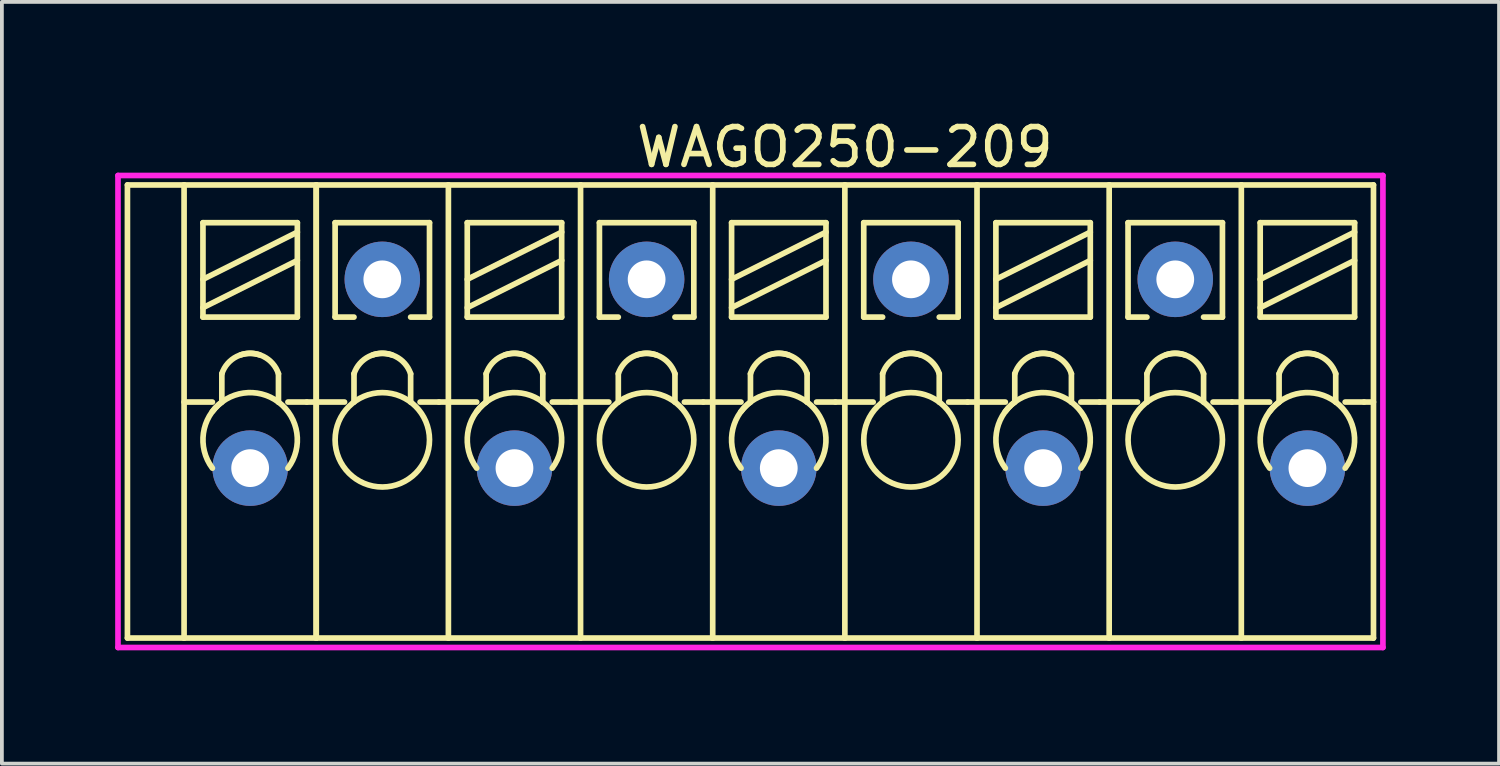
<source format=kicad_pcb>
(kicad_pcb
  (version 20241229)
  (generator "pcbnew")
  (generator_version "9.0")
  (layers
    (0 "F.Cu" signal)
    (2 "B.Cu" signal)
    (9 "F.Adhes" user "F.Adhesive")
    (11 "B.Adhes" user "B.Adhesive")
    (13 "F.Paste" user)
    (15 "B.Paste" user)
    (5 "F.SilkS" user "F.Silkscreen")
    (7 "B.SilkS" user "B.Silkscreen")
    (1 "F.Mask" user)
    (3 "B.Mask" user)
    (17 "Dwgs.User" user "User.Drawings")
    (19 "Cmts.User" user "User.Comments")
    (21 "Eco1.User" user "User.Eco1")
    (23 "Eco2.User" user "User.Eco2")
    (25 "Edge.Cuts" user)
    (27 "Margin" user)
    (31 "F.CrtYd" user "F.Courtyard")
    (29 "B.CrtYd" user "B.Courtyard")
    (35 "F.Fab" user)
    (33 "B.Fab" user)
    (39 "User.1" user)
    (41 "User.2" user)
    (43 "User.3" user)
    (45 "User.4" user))
  (footprint "WAGO250-209"
    (layer "F.Cu")
    (at 31.575 9.348)
    (property "Reference" "WAGO250-209" (at -12.25 -8.5 0) (layer "F.SilkS") (effects (font (size 1 1) (thickness 0.15))))
    (attr through_hole)
    (fp_line (start -31.25 -7.5) (end -29.75 -7.5) (stroke (width 0.15) (type solid)) (layer "F.SilkS"))
    (fp_line (start -31.25 4.5) (end -31.25 -7.5) (stroke (width 0.15) (type solid)) (layer "F.SilkS"))
    (fp_line (start -31.25 4.5) (end -29.75 4.5) (stroke (width 0.15) (type solid)) (layer "F.SilkS"))
    (fp_line (start -29.75 -7.5) (end -29.75 4.5) (stroke (width 0.15) (type solid)) (layer "F.SilkS"))
    (fp_line (start -29.75 -1.75) (end -29 -1.75) (stroke (width 0.15) (type solid)) (layer "F.SilkS"))
    (fp_line (start -29.75 4.5) (end -26.25 4.5) (stroke (width 0.15) (type solid)) (layer "F.SilkS"))
    (fp_line (start -29.25 -6.5) (end -29.25 -4) (stroke (width 0.15) (type solid)) (layer "F.SilkS"))
    (fp_line (start -29.25 -4.25) (end -26.75 -5.5) (stroke (width 0.15) (type solid)) (layer "F.SilkS"))
    (fp_line (start -29.25 -4) (end -26.75 -4) (stroke (width 0.15) (type solid)) (layer "F.SilkS"))
    (fp_line (start -28.75 -2.5) (end -28.75 -1.75) (stroke (width 0.15) (type solid)) (layer "F.SilkS"))
    (fp_line (start -27.25 -2.5) (end -27.25 -1.75) (stroke (width 0.15) (type solid)) (layer "F.SilkS"))
    (fp_line (start -27 -1.75) (end -26.5 -1.75) (stroke (width 0.15) (type solid)) (layer "F.SilkS"))
    (fp_line (start -26.75 -6.5) (end -29.25 -6.5) (stroke (width 0.15) (type solid)) (layer "F.SilkS"))
    (fp_line (start -26.75 -6.5) (end -26.75 -4) (stroke (width 0.15) (type solid)) (layer "F.SilkS"))
    (fp_line (start -26.75 -6.25) (end -29.25 -5) (stroke (width 0.15) (type solid)) (layer "F.SilkS"))
    (fp_line (start -26.5 -1.75) (end -26.25 -1.75) (stroke (width 0.15) (type solid)) (layer "F.SilkS"))
    (fp_line (start -26.25 -7.5) (end -29.75 -7.5) (stroke (width 0.15) (type solid)) (layer "F.SilkS"))
    (fp_line (start -26.25 -7.5) (end -26.25 4.5) (stroke (width 0.15) (type solid)) (layer "F.SilkS"))
    (fp_line (start -26.25 -7.5) (end -26.25 4.5) (stroke (width 0.15) (type solid)) (layer "F.SilkS"))
    (fp_line (start -26.25 -1.75) (end -25.5 -1.75) (stroke (width 0.15) (type solid)) (layer "F.SilkS"))
    (fp_line (start -26.25 4.5) (end -22.75 4.5) (stroke (width 0.15) (type solid)) (layer "F.SilkS"))
    (fp_line (start -25.75 -6.5) (end -25.75 -4) (stroke (width 0.15) (type solid)) (layer "F.SilkS"))
    (fp_line (start -25.75 -4) (end -25.25 -4) (stroke (width 0.15) (type solid)) (layer "F.SilkS"))
    (fp_line (start -25.25 -2.5) (end -25.25 -1.75) (stroke (width 0.15) (type solid)) (layer "F.SilkS"))
    (fp_line (start -23.75 -2.5) (end -23.75 -1.75) (stroke (width 0.15) (type solid)) (layer "F.SilkS"))
    (fp_line (start -23.5 -1.75) (end -23 -1.75) (stroke (width 0.15) (type solid)) (layer "F.SilkS"))
    (fp_line (start -23.25 -6.5) (end -25.75 -6.5) (stroke (width 0.15) (type solid)) (layer "F.SilkS"))
    (fp_line (start -23.25 -6.5) (end -23.25 -4) (stroke (width 0.15) (type solid)) (layer "F.SilkS"))
    (fp_line (start -23.25 -4) (end -23.75 -4) (stroke (width 0.15) (type solid)) (layer "F.SilkS"))
    (fp_line (start -23 -1.75) (end -22.75 -1.75) (stroke (width 0.15) (type solid)) (layer "F.SilkS"))
    (fp_line (start -22.75 -7.5) (end -26.25 -7.5) (stroke (width 0.15) (type solid)) (layer "F.SilkS"))
    (fp_line (start -22.75 -7.5) (end -22.75 4.5) (stroke (width 0.15) (type solid)) (layer "F.SilkS"))
    (fp_line (start -22.75 -1.75) (end -22 -1.75) (stroke (width 0.15) (type solid)) (layer "F.SilkS"))
    (fp_line (start -22.75 4.5) (end -19.25 4.5) (stroke (width 0.15) (type solid)) (layer "F.SilkS"))
    (fp_line (start -22.25 -6.5) (end -22.25 -4) (stroke (width 0.15) (type solid)) (layer "F.SilkS"))
    (fp_line (start -22.25 -4.25) (end -19.75 -5.5) (stroke (width 0.15) (type solid)) (layer "F.SilkS"))
    (fp_line (start -22.25 -4) (end -19.75 -4) (stroke (width 0.15) (type solid)) (layer "F.SilkS"))
    (fp_line (start -21.75 -2.5) (end -21.75 -1.75) (stroke (width 0.15) (type solid)) (layer "F.SilkS"))
    (fp_line (start -20.25 -2.5) (end -20.25 -1.75) (stroke (width 0.15) (type solid)) (layer "F.SilkS"))
    (fp_line (start -20 -1.75) (end -19.5 -1.75) (stroke (width 0.15) (type solid)) (layer "F.SilkS"))
    (fp_line (start -19.75 -6.5) (end -22.25 -6.5) (stroke (width 0.15) (type solid)) (layer "F.SilkS"))
    (fp_line (start -19.75 -6.5) (end -19.75 -4) (stroke (width 0.15) (type solid)) (layer "F.SilkS"))
    (fp_line (start -19.75 -6.25) (end -22.25 -5) (stroke (width 0.15) (type solid)) (layer "F.SilkS"))
    (fp_line (start -19.5 -1.75) (end -19.25 -1.75) (stroke (width 0.15) (type solid)) (layer "F.SilkS"))
    (fp_line (start -19.25 -7.5) (end -22.75 -7.5) (stroke (width 0.15) (type solid)) (layer "F.SilkS"))
    (fp_line (start -19.25 -7.5) (end -19.25 4.5) (stroke (width 0.15) (type solid)) (layer "F.SilkS"))
    (fp_line (start -19.25 -1.75) (end -18.5 -1.75) (stroke (width 0.15) (type solid)) (layer "F.SilkS"))
    (fp_line (start -19.25 4.5) (end -15.75 4.5) (stroke (width 0.15) (type solid)) (layer "F.SilkS"))
    (fp_line (start -18.75 -6.5) (end -18.75 -4) (stroke (width 0.15) (type solid)) (layer "F.SilkS"))
    (fp_line (start -18.75 -4) (end -18.25 -4) (stroke (width 0.15) (type solid)) (layer "F.SilkS"))
    (fp_line (start -18.25 -2.5) (end -18.25 -1.75) (stroke (width 0.15) (type solid)) (layer "F.SilkS"))
    (fp_line (start -16.75 -2.5) (end -16.75 -1.75) (stroke (width 0.15) (type solid)) (layer "F.SilkS"))
    (fp_line (start -16.5 -1.75) (end -16 -1.75) (stroke (width 0.15) (type solid)) (layer "F.SilkS"))
    (fp_line (start -16.25 -6.5) (end -18.75 -6.5) (stroke (width 0.15) (type solid)) (layer "F.SilkS"))
    (fp_line (start -16.25 -6.5) (end -16.25 -4) (stroke (width 0.15) (type solid)) (layer "F.SilkS"))
    (fp_line (start -16.25 -4) (end -16.75 -4) (stroke (width 0.15) (type solid)) (layer "F.SilkS"))
    (fp_line (start -16 -1.75) (end -15.75 -1.75) (stroke (width 0.15) (type solid)) (layer "F.SilkS"))
    (fp_line (start -15.75 -7.5) (end -19.25 -7.5) (stroke (width 0.15) (type solid)) (layer "F.SilkS"))
    (fp_line (start -15.75 -7.5) (end -15.75 4.5) (stroke (width 0.15) (type solid)) (layer "F.SilkS"))
    (fp_line (start -15.75 -1.75) (end -15 -1.75) (stroke (width 0.15) (type solid)) (layer "F.SilkS"))
    (fp_line (start -15.75 4.5) (end -12.25 4.5) (stroke (width 0.15) (type solid)) (layer "F.SilkS"))
    (fp_line (start -15.25 -6.5) (end -15.25 -4) (stroke (width 0.15) (type solid)) (layer "F.SilkS"))
    (fp_line (start -15.25 -4.25) (end -12.75 -5.5) (stroke (width 0.15) (type solid)) (layer "F.SilkS"))
    (fp_line (start -15.25 -4) (end -12.75 -4) (stroke (width 0.15) (type solid)) (layer "F.SilkS"))
    (fp_line (start -14.75 -2.5) (end -14.75 -1.75) (stroke (width 0.15) (type solid)) (layer "F.SilkS"))
    (fp_line (start -13.25 -2.5) (end -13.25 -1.75) (stroke (width 0.15) (type solid)) (layer "F.SilkS"))
    (fp_line (start -13 -1.75) (end -12.5 -1.75) (stroke (width 0.15) (type solid)) (layer "F.SilkS"))
    (fp_line (start -12.75 -6.5) (end -15.25 -6.5) (stroke (width 0.15) (type solid)) (layer "F.SilkS"))
    (fp_line (start -12.75 -6.5) (end -12.75 -4) (stroke (width 0.15) (type solid)) (layer "F.SilkS"))
    (fp_line (start -12.75 -6.25) (end -15.25 -5) (stroke (width 0.15) (type solid)) (layer "F.SilkS"))
    (fp_line (start -12.5 -1.75) (end -12.25 -1.75) (stroke (width 0.15) (type solid)) (layer "F.SilkS"))
    (fp_line (start -12.25 -7.5) (end -15.75 -7.5) (stroke (width 0.15) (type solid)) (layer "F.SilkS"))
    (fp_line (start -12.25 -7.5) (end -12.25 4.5) (stroke (width 0.15) (type solid)) (layer "F.SilkS"))
    (fp_line (start -12.25 -1.75) (end -11.5 -1.75) (stroke (width 0.15) (type solid)) (layer "F.SilkS"))
    (fp_line (start -12.25 4.5) (end -8.75 4.5) (stroke (width 0.15) (type solid)) (layer "F.SilkS"))
    (fp_line (start -11.75 -6.5) (end -11.75 -4) (stroke (width 0.15) (type solid)) (layer "F.SilkS"))
    (fp_line (start -11.75 -4) (end -11.25 -4) (stroke (width 0.15) (type solid)) (layer "F.SilkS"))
    (fp_line (start -11.25 -2.5) (end -11.25 -1.75) (stroke (width 0.15) (type solid)) (layer "F.SilkS"))
    (fp_line (start -9.75 -2.5) (end -9.75 -1.75) (stroke (width 0.15) (type solid)) (layer "F.SilkS"))
    (fp_line (start -9.5 -1.75) (end -9 -1.75) (stroke (width 0.15) (type solid)) (layer "F.SilkS"))
    (fp_line (start -9.25 -6.5) (end -11.75 -6.5) (stroke (width 0.15) (type solid)) (layer "F.SilkS"))
    (fp_line (start -9.25 -6.5) (end -9.25 -4) (stroke (width 0.15) (type solid)) (layer "F.SilkS"))
    (fp_line (start -9.25 -4) (end -9.75 -4) (stroke (width 0.15) (type solid)) (layer "F.SilkS"))
    (fp_line (start -9 -1.75) (end -8.75 -1.75) (stroke (width 0.15) (type solid)) (layer "F.SilkS"))
    (fp_line (start -8.75 -7.5) (end -12.25 -7.5) (stroke (width 0.15) (type solid)) (layer "F.SilkS"))
    (fp_line (start -8.75 -7.5) (end -8.75 4.5) (stroke (width 0.15) (type solid)) (layer "F.SilkS"))
    (fp_line (start -8.75 -1.75) (end -8 -1.75) (stroke (width 0.15) (type solid)) (layer "F.SilkS"))
    (fp_line (start -8.75 4.5) (end -5.25 4.5) (stroke (width 0.15) (type solid)) (layer "F.SilkS"))
    (fp_line (start -8.25 -6.5) (end -8.25 -4) (stroke (width 0.15) (type solid)) (layer "F.SilkS"))
    (fp_line (start -8.25 -4.25) (end -5.75 -5.5) (stroke (width 0.15) (type solid)) (layer "F.SilkS"))
    (fp_line (start -8.25 -4) (end -5.75 -4) (stroke (width 0.15) (type solid)) (layer "F.SilkS"))
    (fp_line (start -7.75 -2.5) (end -7.75 -1.75) (stroke (width 0.15) (type solid)) (layer "F.SilkS"))
    (fp_line (start -6.25 -2.5) (end -6.25 -1.75) (stroke (width 0.15) (type solid)) (layer "F.SilkS"))
    (fp_line (start -6 -1.75) (end -5.5 -1.75) (stroke (width 0.15) (type solid)) (layer "F.SilkS"))
    (fp_line (start -5.75 -6.5) (end -8.25 -6.5) (stroke (width 0.15) (type solid)) (layer "F.SilkS"))
    (fp_line (start -5.75 -6.5) (end -5.75 -4) (stroke (width 0.15) (type solid)) (layer "F.SilkS"))
    (fp_line (start -5.75 -6.25) (end -8.25 -5) (stroke (width 0.15) (type solid)) (layer "F.SilkS"))
    (fp_line (start -5.5 -1.75) (end -5.25 -1.75) (stroke (width 0.15) (type solid)) (layer "F.SilkS"))
    (fp_line (start -5.25 -7.5) (end -8.75 -7.5) (stroke (width 0.15) (type solid)) (layer "F.SilkS"))
    (fp_line (start -5.25 -7.5) (end -5.25 4.5) (stroke (width 0.15) (type solid)) (layer "F.SilkS"))
    (fp_line (start -5.25 -1.75) (end -4.5 -1.75) (stroke (width 0.15) (type solid)) (layer "F.SilkS"))
    (fp_line (start -5.25 4.5) (end -1.75 4.5) (stroke (width 0.15) (type solid)) (layer "F.SilkS"))
    (fp_line (start -4.75 -6.5) (end -4.75 -4) (stroke (width 0.15) (type solid)) (layer "F.SilkS"))
    (fp_line (start -4.75 -4) (end -4.25 -4) (stroke (width 0.15) (type solid)) (layer "F.SilkS"))
    (fp_line (start -4.25 -2.5) (end -4.25 -1.75) (stroke (width 0.15) (type solid)) (layer "F.SilkS"))
    (fp_line (start -2.75 -2.5) (end -2.75 -1.75) (stroke (width 0.15) (type solid)) (layer "F.SilkS"))
    (fp_line (start -2.5 -1.75) (end -2 -1.75) (stroke (width 0.15) (type solid)) (layer "F.SilkS"))
    (fp_line (start -2.25 -6.5) (end -4.75 -6.5) (stroke (width 0.15) (type solid)) (layer "F.SilkS"))
    (fp_line (start -2.25 -6.5) (end -2.25 -4) (stroke (width 0.15) (type solid)) (layer "F.SilkS"))
    (fp_line (start -2.25 -4) (end -2.75 -4) (stroke (width 0.15) (type solid)) (layer "F.SilkS"))
    (fp_line (start -2 -1.75) (end -1.75 -1.75) (stroke (width 0.15) (type solid)) (layer "F.SilkS"))
    (fp_line (start -1.75 -7.5) (end -5.25 -7.5) (stroke (width 0.15) (type solid)) (layer "F.SilkS"))
    (fp_line (start -1.75 -7.5) (end -1.75 4.5) (stroke (width 0.15) (type solid)) (layer "F.SilkS"))
    (fp_line (start -1.75 -1.75) (end -1 -1.75) (stroke (width 0.15) (type solid)) (layer "F.SilkS"))
    (fp_line (start -1.75 4.5) (end 1.75 4.5) (stroke (width 0.15) (type solid)) (layer "F.SilkS"))
    (fp_line (start -1.25 -6.5) (end -1.25 -4) (stroke (width 0.15) (type solid)) (layer "F.SilkS"))
    (fp_line (start -1.25 -4.25) (end 1.25 -5.5) (stroke (width 0.15) (type solid)) (layer "F.SilkS"))
    (fp_line (start -1.25 -4) (end 1.25 -4) (stroke (width 0.15) (type solid)) (layer "F.SilkS"))
    (fp_line (start -0.75 -2.5) (end -0.75 -1.75) (stroke (width 0.15) (type solid)) (layer "F.SilkS"))
    (fp_line (start 0.75 -2.5) (end 0.75 -1.75) (stroke (width 0.15) (type solid)) (layer "F.SilkS"))
    (fp_line (start 1 -1.75) (end 1.5 -1.75) (stroke (width 0.15) (type solid)) (layer "F.SilkS"))
    (fp_line (start 1.25 -6.5) (end -1.25 -6.5) (stroke (width 0.15) (type solid)) (layer "F.SilkS"))
    (fp_line (start 1.25 -6.5) (end 1.25 -4) (stroke (width 0.15) (type solid)) (layer "F.SilkS"))
    (fp_line (start 1.25 -6.25) (end -1.25 -5) (stroke (width 0.15) (type solid)) (layer "F.SilkS"))
    (fp_line (start 1.5 -1.75) (end 1.75 -1.75) (stroke (width 0.15) (type solid)) (layer "F.SilkS"))
    (fp_line (start 1.75 -7.5) (end -1.75 -7.5) (stroke (width 0.15) (type solid)) (layer "F.SilkS"))
    (fp_line (start 1.75 4.5) (end 1.75 -7.5) (stroke (width 0.15) (type solid)) (layer "F.SilkS"))
    (fp_arc (start -29 -1.5) (mid -28.176777 -1.987437) (end -27.25 -1.75) (stroke (width 0.15) (type solid)) (layer "F.SilkS"))
    (fp_arc (start -29 0) (mid -29.237437 -0.926777) (end -28.75 -1.75) (stroke (width 0.15) (type solid)) (layer "F.SilkS"))
    (fp_arc (start -28.75 -2.5) (mid -28.353553 -2.957107) (end -27.75 -3) (stroke (width 0.15) (type solid)) (layer "F.SilkS"))
    (fp_arc (start -28.25 -3) (mid -27.646447 -2.957107) (end -27.25 -2.5) (stroke (width 0.15) (type solid)) (layer "F.SilkS"))
    (fp_arc (start -27.25 -1.75) (mid -26.762563 -0.926777) (end -27 0) (stroke (width 0.15) (type solid)) (layer "F.SilkS"))
    (fp_arc (start -25.25 -2.5) (mid -24.853553 -2.957107) (end -24.25 -3) (stroke (width 0.15) (type solid)) (layer "F.SilkS"))
    (fp_arc (start -24.75 -3) (mid -24.146447 -2.957107) (end -23.75 -2.5) (stroke (width 0.15) (type solid)) (layer "F.SilkS"))
    (fp_arc (start -22 -1.5) (mid -21.176777 -1.987437) (end -20.25 -1.75) (stroke (width 0.15) (type solid)) (layer "F.SilkS"))
    (fp_arc (start -22 0) (mid -22.237437 -0.926777) (end -21.75 -1.75) (stroke (width 0.15) (type solid)) (layer "F.SilkS"))
    (fp_arc (start -21.75 -2.5) (mid -21.353553 -2.957107) (end -20.75 -3) (stroke (width 0.15) (type solid)) (layer "F.SilkS"))
    (fp_arc (start -21.25 -3) (mid -20.646447 -2.957107) (end -20.25 -2.5) (stroke (width 0.15) (type solid)) (layer "F.SilkS"))
    (fp_arc (start -20.25 -1.75) (mid -19.762563 -0.926777) (end -20 0) (stroke (width 0.15) (type solid)) (layer "F.SilkS"))
    (fp_arc (start -18.25 -2.5) (mid -17.853553 -2.957107) (end -17.25 -3) (stroke (width 0.15) (type solid)) (layer "F.SilkS"))
    (fp_arc (start -17.75 -3) (mid -17.146447 -2.957107) (end -16.75 -2.5) (stroke (width 0.15) (type solid)) (layer "F.SilkS"))
    (fp_arc (start -15 -1.5) (mid -14.176777 -1.987437) (end -13.25 -1.75) (stroke (width 0.15) (type solid)) (layer "F.SilkS"))
    (fp_arc (start -15 0) (mid -15.237437 -0.926777) (end -14.75 -1.75) (stroke (width 0.15) (type solid)) (layer "F.SilkS"))
    (fp_arc (start -14.75 -2.5) (mid -14.353553 -2.957107) (end -13.75 -3) (stroke (width 0.15) (type solid)) (layer "F.SilkS"))
    (fp_arc (start -14.25 -3) (mid -13.646447 -2.957107) (end -13.25 -2.5) (stroke (width 0.15) (type solid)) (layer "F.SilkS"))
    (fp_arc (start -13.25 -1.75) (mid -12.762563 -0.926777) (end -13 0) (stroke (width 0.15) (type solid)) (layer "F.SilkS"))
    (fp_arc (start -11.25 -2.5) (mid -10.853553 -2.957107) (end -10.25 -3) (stroke (width 0.15) (type solid)) (layer "F.SilkS"))
    (fp_arc (start -10.75 -3) (mid -10.146447 -2.957107) (end -9.75 -2.5) (stroke (width 0.15) (type solid)) (layer "F.SilkS"))
    (fp_arc (start -8 -1.5) (mid -7.176777 -1.987437) (end -6.25 -1.75) (stroke (width 0.15) (type solid)) (layer "F.SilkS"))
    (fp_arc (start -8 0) (mid -8.237437 -0.926777) (end -7.75 -1.75) (stroke (width 0.15) (type solid)) (layer "F.SilkS"))
    (fp_arc (start -7.75 -2.5) (mid -7.353553 -2.957107) (end -6.75 -3) (stroke (width 0.15) (type solid)) (layer "F.SilkS"))
    (fp_arc (start -7.25 -3) (mid -6.646447 -2.957107) (end -6.25 -2.5) (stroke (width 0.15) (type solid)) (layer "F.SilkS"))
    (fp_arc (start -6.25 -1.75) (mid -5.762563 -0.926777) (end -6 0) (stroke (width 0.15) (type solid)) (layer "F.SilkS"))
    (fp_arc (start -4.25 -2.5) (mid -3.853553 -2.957107) (end -3.25 -3) (stroke (width 0.15) (type solid)) (layer "F.SilkS"))
    (fp_arc (start -3.75 -3) (mid -3.146447 -2.957107) (end -2.75 -2.5) (stroke (width 0.15) (type solid)) (layer "F.SilkS"))
    (fp_arc (start -1 -1.5) (mid -0.176777 -1.987437) (end 0.75 -1.75) (stroke (width 0.15) (type solid)) (layer "F.SilkS"))
    (fp_arc (start -1 0) (mid -1.237437 -0.926777) (end -0.75 -1.75) (stroke (width 0.15) (type solid)) (layer "F.SilkS"))
    (fp_arc (start -0.75 -2.5) (mid -0.353553 -2.957107) (end 0.25 -3) (stroke (width 0.15) (type solid)) (layer "F.SilkS"))
    (fp_arc (start -0.25 -3) (mid 0.353553 -2.957107) (end 0.75 -2.5) (stroke (width 0.15) (type solid)) (layer "F.SilkS"))
    (fp_arc (start 0.75 -1.75) (mid 1.237437 -0.926777) (end 1 0) (stroke (width 0.15) (type solid)) (layer "F.SilkS"))
    (fp_circle (center -24.5 -0.75) (end -23.25 -0.75) (stroke (width 0.15) (type solid)) (fill no) (layer "F.SilkS"))
    (fp_circle (center -17.5 -0.75) (end -16.25 -0.75) (stroke (width 0.15) (type solid)) (fill no) (layer "F.SilkS"))
    (fp_circle (center -10.5 -0.75) (end -9.25 -0.75) (stroke (width 0.15) (type solid)) (fill no) (layer "F.SilkS"))
    (fp_circle (center -3.5 -0.75) (end -2.25 -0.75) (stroke (width 0.15) (type solid)) (fill no) (layer "F.SilkS"))
    (fp_line (start -31.5 -7.75) (end 2 -7.75) (stroke (width 0.15) (type solid)) (layer "F.CrtYd"))
    (fp_line (start -31.5 4.75) (end -31.5 -7.75) (stroke (width 0.15) (type solid)) (layer "F.CrtYd"))
    (fp_line (start 2 -7.75) (end 2 4.75) (stroke (width 0.15) (type solid)) (layer "F.CrtYd"))
    (fp_line (start 2 4.75) (end -31.5 4.75) (stroke (width 0.15) (type solid)) (layer "F.CrtYd"))
    (pad "1" thru_hole circle (at 0 0) (size 2 2) (drill 1) (layers "*.Cu" "*.Mask"))
    (pad "2" thru_hole circle (at -3.5 -5) (size 2 2) (drill 1) (layers "*.Cu" "*.Mask"))
    (pad "3" thru_hole circle (at -7 0) (size 2 2) (drill 1) (layers "*.Cu" "*.Mask"))
    (pad "4" thru_hole circle (at -10.5 -5) (size 2 2) (drill 1) (layers "*.Cu" "*.Mask"))
    (pad "5" thru_hole circle (at -14 0) (size 2 2) (drill 1) (layers "*.Cu" "*.Mask"))
    (pad "6" thru_hole circle (at -17.5 -5) (size 2 2) (drill 1) (layers "*.Cu" "*.Mask"))
    (pad "7" thru_hole circle (at -21 0) (size 2 2) (drill 1) (layers "*.Cu" "*.Mask"))
    (pad "8" thru_hole circle (at -24.5 -5) (size 2 2) (drill 1) (layers "*.Cu" "*.Mask"))
    (pad "9" thru_hole circle (at -28 0) (size 2 2) (drill 1) (layers "*.Cu" "*.Mask")))
  (gr_rect
    (start -3 -3)
    (end 36.65 17.173)
    (stroke (width 0.1) (type default))
    (fill no)
    (layer "Edge.Cuts")))
</source>
